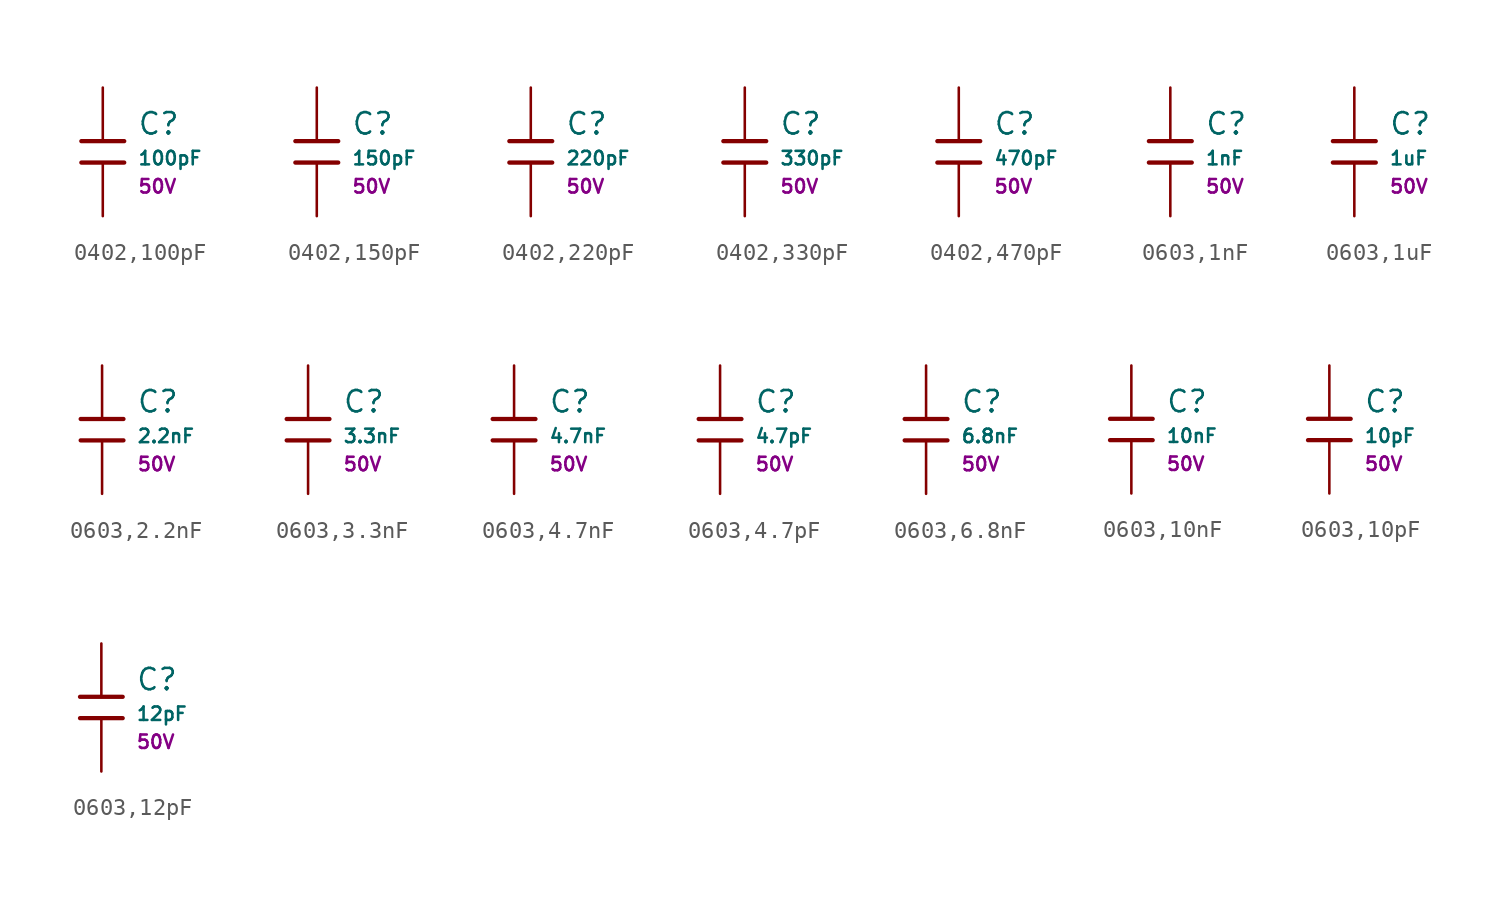
<source format=kicad_sym>
(kicad_symbol_lib
  (version 20241209)
  (generator "kicad_symbol_editor")
  (generator_version "9.0")
  (symbol "0402,100pF"
    (pin_numbers
      (hide yes))
    (pin_names
      (offset 0))
    (property "Reference" "C"
      (at 2.032 1.668 0)
      (effects (font (size 1.27 1.27)) (justify left)))
    (property "Value" "100pF"
      (at 2.032 -0.378 0)
      (effects (font (size 0.8 0.8)) (justify left)))
    (property "Voltage Rated" "50V"
      (at 2.032 -2.046 0)
      (effects (font (size 0.8 0.8)) (justify left)))
    (symbol "0402,100pF_0_1"
      (polyline (pts (xy -1.27 0.635) (xy 1.27 0.635)) (stroke (width 0.254) (type default)) (fill (type none)))
      (polyline (pts (xy -1.27 -0.635) (xy 1.27 -0.635)) (stroke (width 0.254) (type default)) (fill (type none))))
    (symbol "0402,100pF_1_1"
      (pin passive line (at 0 3.81 270) (length 3.175) (name "~" (effects (font (size 1.27 1.27)))) (number "1" (effects (font (size 1.27 1.27)))))
      (pin passive line (at 0 -3.81 90) (length 3.175) (name "~" (effects (font (size 1.27 1.27)))) (number "2" (effects (font (size 1.27 1.27)))))))
  (symbol "0402,150pF"
    (pin_numbers
      (hide yes))
    (pin_names
      (offset 0))
    (property "Reference" "C"
      (at 2.032 1.668 0)
      (effects (font (size 1.27 1.27)) (justify left)))
    (property "Value" "150pF"
      (at 2.032 -0.378 0)
      (effects (font (size 0.8 0.8)) (justify left)))
    (property "Voltage Rated" "50V"
      (at 2.032 -2.046 0)
      (effects (font (size 0.8 0.8)) (justify left)))
    (symbol "0402,150pF_0_1"
      (polyline (pts (xy -1.27 0.635) (xy 1.27 0.635)) (stroke (width 0.254) (type default)) (fill (type none)))
      (polyline (pts (xy -1.27 -0.635) (xy 1.27 -0.635)) (stroke (width 0.254) (type default)) (fill (type none))))
    (symbol "0402,150pF_1_1"
      (pin passive line (at 0 3.81 270) (length 3.175) (name "~" (effects (font (size 1.27 1.27)))) (number "1" (effects (font (size 1.27 1.27)))))
      (pin passive line (at 0 -3.81 90) (length 3.175) (name "~" (effects (font (size 1.27 1.27)))) (number "2" (effects (font (size 1.27 1.27)))))))
  (symbol "0402,220pF"
    (pin_numbers
      (hide yes))
    (pin_names
      (offset 0))
    (property "Reference" "C"
      (at 2.032 1.668 0)
      (effects (font (size 1.27 1.27)) (justify left)))
    (property "Value" "220pF"
      (at 2.032 -0.378 0)
      (effects (font (size 0.8 0.8)) (justify left)))
    (property "Voltage Rated" "50V"
      (at 2.032 -2.046 0)
      (effects (font (size 0.8 0.8)) (justify left)))
    (symbol "0402,220pF_0_1"
      (polyline (pts (xy -1.27 0.635) (xy 1.27 0.635)) (stroke (width 0.254) (type default)) (fill (type none)))
      (polyline (pts (xy -1.27 -0.635) (xy 1.27 -0.635)) (stroke (width 0.254) (type default)) (fill (type none))))
    (symbol "0402,220pF_1_1"
      (pin passive line (at 0 3.81 270) (length 3.175) (name "~" (effects (font (size 1.27 1.27)))) (number "1" (effects (font (size 1.27 1.27)))))
      (pin passive line (at 0 -3.81 90) (length 3.175) (name "~" (effects (font (size 1.27 1.27)))) (number "2" (effects (font (size 1.27 1.27)))))))
  (symbol "0402,330pF"
    (pin_numbers
      (hide yes))
    (pin_names
      (offset 0))
    (property "Reference" "C"
      (at 2.032 1.668 0)
      (effects (font (size 1.27 1.27)) (justify left)))
    (property "Value" "330pF"
      (at 2.032 -0.378 0)
      (effects (font (size 0.8 0.8)) (justify left)))
    (property "Voltage Rated" "50V"
      (at 2.032 -2.046 0)
      (effects (font (size 0.8 0.8)) (justify left)))
    (symbol "0402,330pF_0_1"
      (polyline (pts (xy -1.27 0.635) (xy 1.27 0.635)) (stroke (width 0.254) (type default)) (fill (type none)))
      (polyline (pts (xy -1.27 -0.635) (xy 1.27 -0.635)) (stroke (width 0.254) (type default)) (fill (type none))))
    (symbol "0402,330pF_1_1"
      (pin passive line (at 0 3.81 270) (length 3.175) (name "~" (effects (font (size 1.27 1.27)))) (number "1" (effects (font (size 1.27 1.27)))))
      (pin passive line (at 0 -3.81 90) (length 3.175) (name "~" (effects (font (size 1.27 1.27)))) (number "2" (effects (font (size 1.27 1.27)))))))
  (symbol "0402,470pF"
    (pin_numbers
      (hide yes))
    (pin_names
      (offset 0))
    (property "Reference" "C"
      (at 2.032 1.668 0)
      (effects (font (size 1.27 1.27)) (justify left)))
    (property "Value" "470pF"
      (at 2.032 -0.378 0)
      (effects (font (size 0.8 0.8)) (justify left)))
    (property "Voltage Rated" "50V"
      (at 2.032 -2.046 0)
      (effects (font (size 0.8 0.8)) (justify left)))
    (symbol "0402,470pF_0_1"
      (polyline (pts (xy -1.27 0.635) (xy 1.27 0.635)) (stroke (width 0.254) (type default)) (fill (type none)))
      (polyline (pts (xy -1.27 -0.635) (xy 1.27 -0.635)) (stroke (width 0.254) (type default)) (fill (type none))))
    (symbol "0402,470pF_1_1"
      (pin passive line (at 0 3.81 270) (length 3.175) (name "~" (effects (font (size 1.27 1.27)))) (number "1" (effects (font (size 1.27 1.27)))))
      (pin passive line (at 0 -3.81 90) (length 3.175) (name "~" (effects (font (size 1.27 1.27)))) (number "2" (effects (font (size 1.27 1.27)))))))
  (symbol "0603,1nF"
    (pin_numbers
      (hide yes))
    (pin_names
      (offset 0))
    (property "Reference" "C"
      (at 2.032 1.668 0)
      (effects (font (size 1.27 1.27)) (justify left)))
    (property "Value" "1nF"
      (at 2.032 -0.378 0)
      (effects (font (size 0.8 0.8)) (justify left)))
    (property "Voltage Rated" "50V"
      (at 2.032 -2.046 0)
      (effects (font (size 0.8 0.8)) (justify left)))
    (symbol "0603,1nF_0_1"
      (polyline (pts (xy -1.27 0.635) (xy 1.27 0.635)) (stroke (width 0.254) (type default)) (fill (type none)))
      (polyline (pts (xy -1.27 -0.635) (xy 1.27 -0.635)) (stroke (width 0.254) (type default)) (fill (type none))))
    (symbol "0603,1nF_1_1"
      (pin passive line (at 0 3.81 270) (length 3.175) (name "~" (effects (font (size 1.27 1.27)))) (number "1" (effects (font (size 1.27 1.27)))))
      (pin passive line (at 0 -3.81 90) (length 3.175) (name "~" (effects (font (size 1.27 1.27)))) (number "2" (effects (font (size 1.27 1.27)))))))
  (symbol "0603,1uF"
    (pin_numbers
      (hide yes))
    (pin_names
      (offset 0))
    (property "Reference" "C"
      (at 2.032 1.668 0)
      (effects (font (size 1.27 1.27)) (justify left)))
    (property "Value" "1uF"
      (at 2.032 -0.378 0)
      (effects (font (size 0.8 0.8)) (justify left)))
    (property "Voltage Rated" "50V"
      (at 2.032 -2.046 0)
      (effects (font (size 0.8 0.8)) (justify left)))
    (symbol "0603,1uF_0_1"
      (polyline (pts (xy -1.27 0.635) (xy 1.27 0.635)) (stroke (width 0.254) (type default)) (fill (type none)))
      (polyline (pts (xy -1.27 -0.635) (xy 1.27 -0.635)) (stroke (width 0.254) (type default)) (fill (type none))))
    (symbol "0603,1uF_1_1"
      (pin passive line (at 0 3.81 270) (length 3.175) (name "~" (effects (font (size 1.27 1.27)))) (number "1" (effects (font (size 1.27 1.27)))))
      (pin passive line (at 0 -3.81 90) (length 3.175) (name "~" (effects (font (size 1.27 1.27)))) (number "2" (effects (font (size 1.27 1.27)))))))
  (symbol "0603,2.2nF"
    (pin_numbers
      (hide yes))
    (pin_names
      (offset 0))
    (property "Reference" "C"
      (at 2.032 1.668 0)
      (effects (font (size 1.27 1.27)) (justify left)))
    (property "Value" "2.2nF"
      (at 2.032 -0.378 0)
      (effects (font (size 0.8 0.8)) (justify left)))
    (property "Voltage Rated" "50V"
      (at 2.032 -2.046 0)
      (effects (font (size 0.8 0.8)) (justify left)))
    (symbol "0603,2.2nF_0_1"
      (polyline (pts (xy -1.27 0.635) (xy 1.27 0.635)) (stroke (width 0.254) (type default)) (fill (type none)))
      (polyline (pts (xy -1.27 -0.635) (xy 1.27 -0.635)) (stroke (width 0.254) (type default)) (fill (type none))))
    (symbol "0603,2.2nF_1_1"
      (pin passive line (at 0 3.81 270) (length 3.175) (name "~" (effects (font (size 1.27 1.27)))) (number "1" (effects (font (size 1.27 1.27)))))
      (pin passive line (at 0 -3.81 90) (length 3.175) (name "~" (effects (font (size 1.27 1.27)))) (number "2" (effects (font (size 1.27 1.27)))))))
  (symbol "0603,3.3nF"
    (pin_numbers
      (hide yes))
    (pin_names
      (offset 0))
    (property "Reference" "C"
      (at 2.032 1.668 0)
      (effects (font (size 1.27 1.27)) (justify left)))
    (property "Value" "3.3nF"
      (at 2.032 -0.378 0)
      (effects (font (size 0.8 0.8)) (justify left)))
    (property "Voltage Rated" "50V"
      (at 2.032 -2.046 0)
      (effects (font (size 0.8 0.8)) (justify left)))
    (symbol "0603,3.3nF_0_1"
      (polyline (pts (xy -1.27 0.635) (xy 1.27 0.635)) (stroke (width 0.254) (type default)) (fill (type none)))
      (polyline (pts (xy -1.27 -0.635) (xy 1.27 -0.635)) (stroke (width 0.254) (type default)) (fill (type none))))
    (symbol "0603,3.3nF_1_1"
      (pin passive line (at 0 3.81 270) (length 3.175) (name "~" (effects (font (size 1.27 1.27)))) (number "1" (effects (font (size 1.27 1.27)))))
      (pin passive line (at 0 -3.81 90) (length 3.175) (name "~" (effects (font (size 1.27 1.27)))) (number "2" (effects (font (size 1.27 1.27)))))))
  (symbol "0603,4.7nF"
    (pin_numbers
      (hide yes))
    (pin_names
      (offset 0))
    (property "Reference" "C"
      (at 2.032 1.668 0)
      (effects (font (size 1.27 1.27)) (justify left)))
    (property "Value" "4.7nF"
      (at 2.032 -0.378 0)
      (effects (font (size 0.8 0.8)) (justify left)))
    (property "Voltage Rated" "50V"
      (at 2.032 -2.046 0)
      (effects (font (size 0.8 0.8)) (justify left)))
    (symbol "0603,4.7nF_0_1"
      (polyline (pts (xy -1.27 0.635) (xy 1.27 0.635)) (stroke (width 0.254) (type default)) (fill (type none)))
      (polyline (pts (xy -1.27 -0.635) (xy 1.27 -0.635)) (stroke (width 0.254) (type default)) (fill (type none))))
    (symbol "0603,4.7nF_1_1"
      (pin passive line (at 0 3.81 270) (length 3.175) (name "~" (effects (font (size 1.27 1.27)))) (number "1" (effects (font (size 1.27 1.27)))))
      (pin passive line (at 0 -3.81 90) (length 3.175) (name "~" (effects (font (size 1.27 1.27)))) (number "2" (effects (font (size 1.27 1.27)))))))
  (symbol "0603,4.7pF"
    (pin_numbers
      (hide yes))
    (pin_names
      (offset 0))
    (property "Reference" "C"
      (at 2.032 1.668 0)
      (effects (font (size 1.27 1.27)) (justify left)))
    (property "Value" "4.7pF"
      (at 2.032 -0.378 0)
      (effects (font (size 0.8 0.8)) (justify left)))
    (property "Voltage Rated" "50V"
      (at 2.032 -2.046 0)
      (effects (font (size 0.8 0.8)) (justify left)))
    (symbol "0603,4.7pF_0_1"
      (polyline (pts (xy -1.27 0.635) (xy 1.27 0.635)) (stroke (width 0.254) (type default)) (fill (type none)))
      (polyline (pts (xy -1.27 -0.635) (xy 1.27 -0.635)) (stroke (width 0.254) (type default)) (fill (type none))))
    (symbol "0603,4.7pF_1_1"
      (pin passive line (at 0 3.81 270) (length 3.175) (name "~" (effects (font (size 1.27 1.27)))) (number "1" (effects (font (size 1.27 1.27)))))
      (pin passive line (at 0 -3.81 90) (length 3.175) (name "~" (effects (font (size 1.27 1.27)))) (number "2" (effects (font (size 1.27 1.27)))))))
  (symbol "0603,6.8nF"
    (pin_numbers
      (hide yes))
    (pin_names
      (offset 0))
    (property "Reference" "C"
      (at 2.032 1.668 0)
      (effects (font (size 1.27 1.27)) (justify left)))
    (property "Value" "6.8nF"
      (at 2.032 -0.378 0)
      (effects (font (size 0.8 0.8)) (justify left)))
    (property "Voltage Rated" "50V"
      (at 2.032 -2.046 0)
      (effects (font (size 0.8 0.8)) (justify left)))
    (symbol "0603,6.8nF_0_1"
      (polyline (pts (xy -1.27 0.635) (xy 1.27 0.635)) (stroke (width 0.254) (type default)) (fill (type none)))
      (polyline (pts (xy -1.27 -0.635) (xy 1.27 -0.635)) (stroke (width 0.254) (type default)) (fill (type none))))
    (symbol "0603,6.8nF_1_1"
      (pin passive line (at 0 3.81 270) (length 3.175) (name "~" (effects (font (size 1.27 1.27)))) (number "1" (effects (font (size 1.27 1.27)))))
      (pin passive line (at 0 -3.81 90) (length 3.175) (name "~" (effects (font (size 1.27 1.27)))) (number "2" (effects (font (size 1.27 1.27)))))))
  (symbol "0603,10nF"
    (pin_numbers
      (hide yes))
    (pin_names
      (offset 0))
    (property "Reference" "C"
      (at 2.032 1.668 0)
      (effects (font (size 1.27 1.27)) (justify left)))
    (property "Value" "10nF"
      (at 2.032 -0.378 0)
      (effects (font (size 0.8 0.8)) (justify left)))
    (property "Voltage Rated" "50V"
      (at 2.032 -2.046 0)
      (effects (font (size 0.8 0.8)) (justify left)))
    (symbol "0603,10nF_0_1"
      (polyline (pts (xy -1.27 0.635) (xy 1.27 0.635)) (stroke (width 0.254) (type default)) (fill (type none)))
      (polyline (pts (xy -1.27 -0.635) (xy 1.27 -0.635)) (stroke (width 0.254) (type default)) (fill (type none))))
    (symbol "0603,10nF_1_1"
      (pin passive line (at 0 3.81 270) (length 3.175) (name "~" (effects (font (size 1.27 1.27)))) (number "1" (effects (font (size 1.27 1.27)))))
      (pin passive line (at 0 -3.81 90) (length 3.175) (name "~" (effects (font (size 1.27 1.27)))) (number "2" (effects (font (size 1.27 1.27)))))))
  (symbol "0603,10pF"
    (pin_numbers
      (hide yes))
    (pin_names
      (offset 0))
    (property "Reference" "C"
      (at 2.032 1.668 0)
      (effects (font (size 1.27 1.27)) (justify left)))
    (property "Value" "10pF"
      (at 2.032 -0.378 0)
      (effects (font (size 0.8 0.8)) (justify left)))
    (property "Voltage Rated" "50V"
      (at 2.032 -2.046 0)
      (effects (font (size 0.8 0.8)) (justify left)))
    (symbol "0603,10pF_0_1"
      (polyline (pts (xy -1.27 0.635) (xy 1.27 0.635)) (stroke (width 0.254) (type default)) (fill (type none)))
      (polyline (pts (xy -1.27 -0.635) (xy 1.27 -0.635)) (stroke (width 0.254) (type default)) (fill (type none))))
    (symbol "0603,10pF_1_1"
      (pin passive line (at 0 3.81 270) (length 3.175) (name "~" (effects (font (size 1.27 1.27)))) (number "1" (effects (font (size 1.27 1.27)))))
      (pin passive line (at 0 -3.81 90) (length 3.175) (name "~" (effects (font (size 1.27 1.27)))) (number "2" (effects (font (size 1.27 1.27)))))))
  (symbol "0603,12pF"
    (pin_numbers
      (hide yes))
    (pin_names
      (offset 0))
    (property "Reference" "C"
      (at 2.032 1.668 0)
      (effects (font (size 1.27 1.27)) (justify left)))
    (property "Value" "12pF"
      (at 2.032 -0.378 0)
      (effects (font (size 0.8 0.8)) (justify left)))
    (property "Voltage Rated" "50V"
      (at 2.032 -2.046 0)
      (effects (font (size 0.8 0.8)) (justify left)))
    (symbol "0603,12pF_0_1"
      (polyline (pts (xy -1.27 0.635) (xy 1.27 0.635)) (stroke (width 0.254) (type default)) (fill (type none)))
      (polyline (pts (xy -1.27 -0.635) (xy 1.27 -0.635)) (stroke (width 0.254) (type default)) (fill (type none))))
    (symbol "0603,12pF_1_1"
      (pin passive line (at 0 3.81 270) (length 3.175) (name "~" (effects (font (size 1.27 1.27)))) (number "1" (effects (font (size 1.27 1.27)))))
      (pin passive line (at 0 -3.81 90) (length 3.175) (name "~" (effects (font (size 1.27 1.27)))) (number "2" (effects (font (size 1.27 1.27))))))))
</source>
